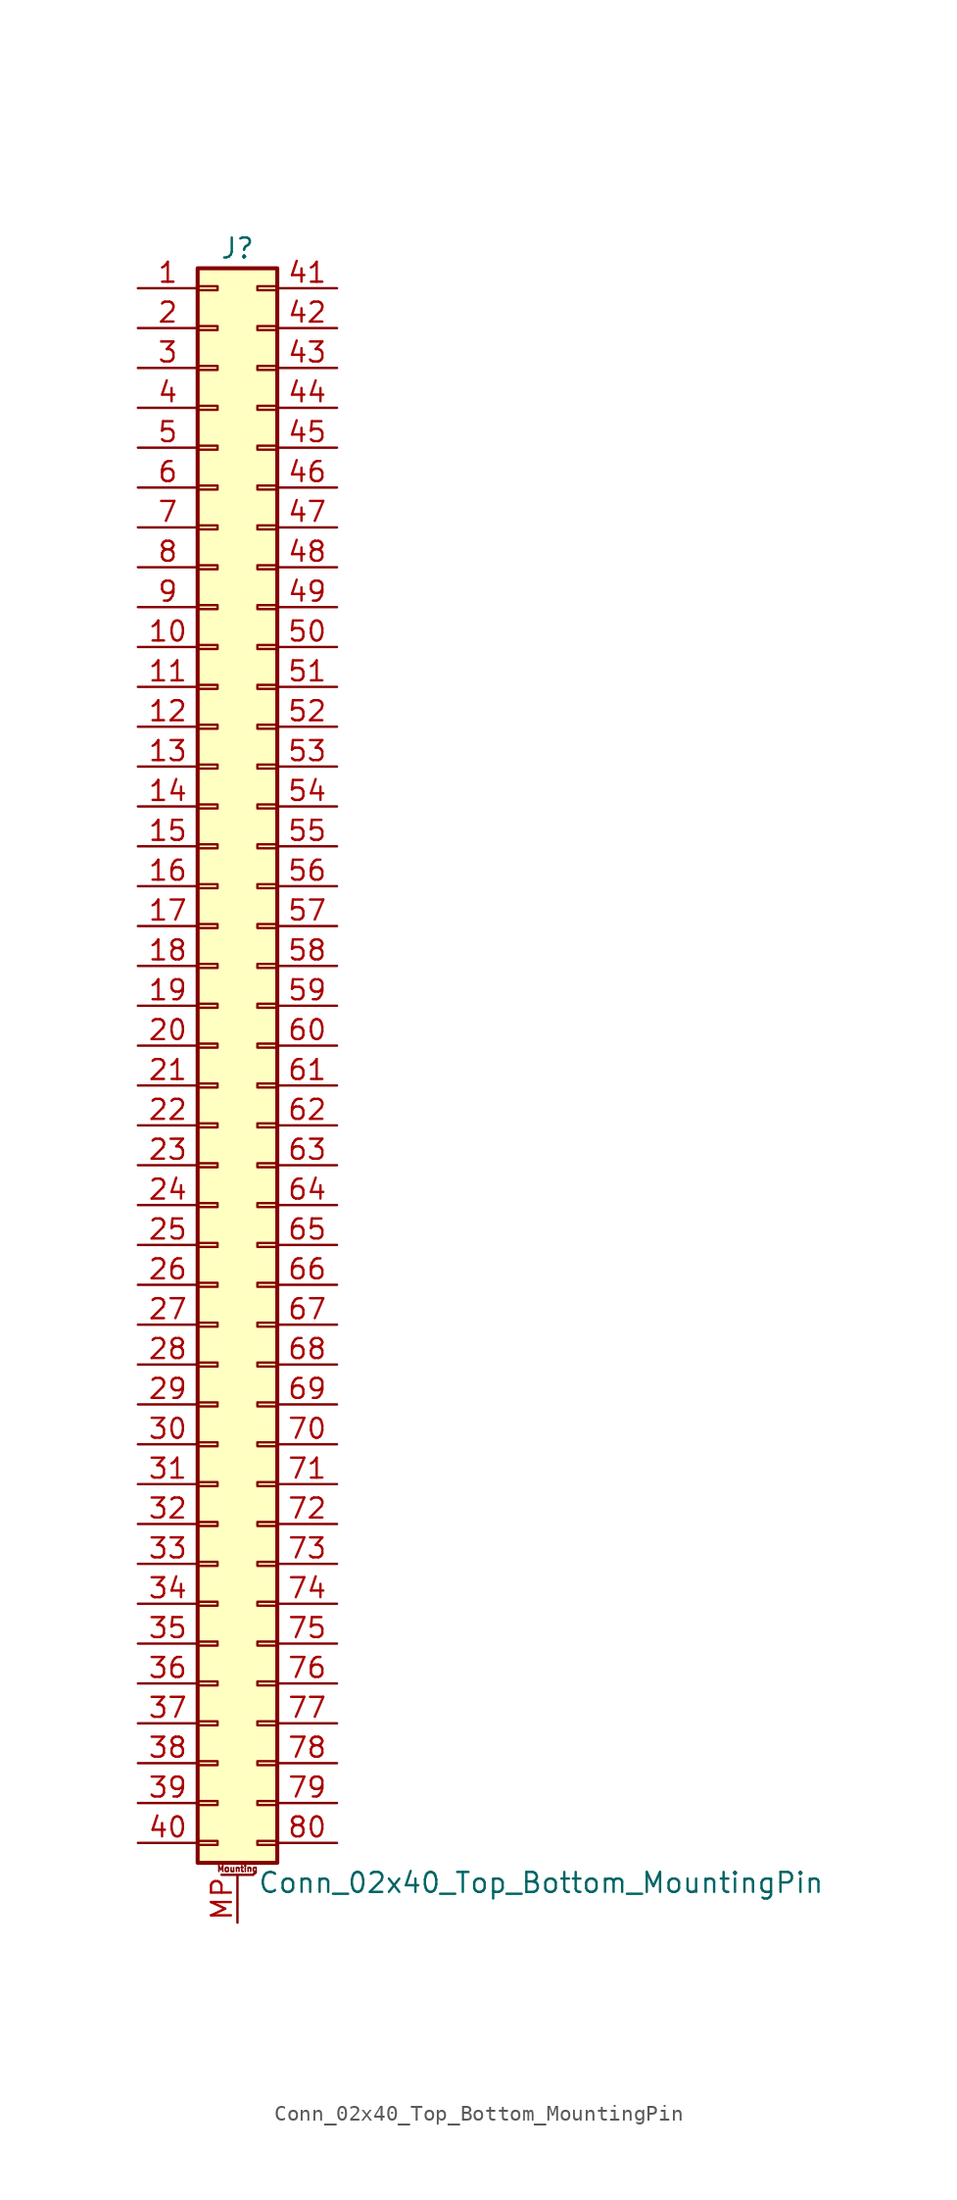
<source format=kicad_sym>
(kicad_symbol_lib
  (version 20201005)
  (generator kicad_symbol_editor)
  (symbol "Connector_Generic_MountingPin:Conn_02x40_Top_Bottom_MountingPin"
    (pin_names
      (offset 1.016) hide)
    (property "Reference" "J"
      (at 1.27 50.8 0)
      (effects (font (size 1.27 1.27))))
    (property "Value" "Conn_02x40_Top_Bottom_MountingPin"
      (at 2.54 -53.34 0)
      (effects (font (size 1.27 1.27)) (justify left)))
    (symbol "Conn_02x40_Top_Bottom_MountingPin_1_1"
      (text "Mounting" (at 1.27 -52.451 0) (effects (font (size 0.381 0.381))))
      (rectangle (start -1.27 -27.813) (end 0 -28.067) (stroke (width 0.152)) (fill (type none)))
      (rectangle (start -1.27 -30.353) (end 0 -30.607) (stroke (width 0.152)) (fill (type none)))
      (rectangle (start -1.27 -32.893) (end 0 -33.147) (stroke (width 0.152)) (fill (type none)))
      (rectangle (start -1.27 -35.433) (end 0 -35.687) (stroke (width 0.152)) (fill (type none)))
      (rectangle (start -1.27 -37.973) (end 0 -38.227) (stroke (width 0.152)) (fill (type none)))
      (rectangle (start -1.27 -40.513) (end 0 -40.767) (stroke (width 0.152)) (fill (type none)))
      (rectangle (start -1.27 -43.053) (end 0 -43.307) (stroke (width 0.152)) (fill (type none)))
      (rectangle (start -1.27 -45.593) (end 0 -45.847) (stroke (width 0.152)) (fill (type none)))
      (rectangle (start -1.27 -48.133) (end 0 -48.387) (stroke (width 0.152)) (fill (type none)))
      (rectangle (start -1.27 -4.953) (end 0 -5.207) (stroke (width 0.152)) (fill (type none)))
      (rectangle (start -1.27 -50.673) (end 0 -50.927) (stroke (width 0.152)) (fill (type none)))
      (rectangle (start -1.27 -7.493) (end 0 -7.747) (stroke (width 0.152)) (fill (type none)))
      (rectangle (start -1.27 -10.033) (end 0 -10.287) (stroke (width 0.152)) (fill (type none)))
      (rectangle (start -1.27 -12.573) (end 0 -12.827) (stroke (width 0.152)) (fill (type none)))
      (rectangle (start -1.27 -15.113) (end 0 -15.367) (stroke (width 0.152)) (fill (type none)))
      (rectangle (start -1.27 -17.653) (end 0 -17.907) (stroke (width 0.152)) (fill (type none)))
      (rectangle (start -1.27 -20.193) (end 0 -20.447) (stroke (width 0.152)) (fill (type none)))
      (rectangle (start -1.27 -22.733) (end 0 -22.987) (stroke (width 0.152)) (fill (type none)))
      (rectangle (start -1.27 -2.413) (end 0 -2.667) (stroke (width 0.152)) (fill (type none)))
      (rectangle (start -1.27 -25.273) (end 0 -25.527) (stroke (width 0.152)) (fill (type none)))
      (rectangle (start -1.27 25.527) (end 0 25.273) (stroke (width 0.152)) (fill (type none)))
      (rectangle (start -1.27 2.667) (end 0 2.413) (stroke (width 0.152)) (fill (type none)))
      (rectangle (start -1.27 28.067) (end 0 27.813) (stroke (width 0.152)) (fill (type none)))
      (rectangle (start -1.27 30.607) (end 0 30.353) (stroke (width 0.152)) (fill (type none)))
      (rectangle (start -1.27 33.147) (end 0 32.893) (stroke (width 0.152)) (fill (type none)))
      (rectangle (start -1.27 35.687) (end 0 35.433) (stroke (width 0.152)) (fill (type none)))
      (rectangle (start -1.27 38.227) (end 0 37.973) (stroke (width 0.152)) (fill (type none)))
      (rectangle (start -1.27 40.767) (end 0 40.513) (stroke (width 0.152)) (fill (type none)))
      (rectangle (start -1.27 43.307) (end 0 43.053) (stroke (width 0.152)) (fill (type none)))
      (rectangle (start -1.27 45.847) (end 0 45.593) (stroke (width 0.152)) (fill (type none)))
      (rectangle (start -1.27 48.387) (end 0 48.133) (stroke (width 0.152)) (fill (type none)))
      (rectangle (start -1.27 49.53) (end 3.81 -52.07) (stroke (width 0.254)) (fill (type background)))
      (rectangle (start -1.27 5.207) (end 0 4.953) (stroke (width 0.152)) (fill (type none)))
      (rectangle (start -1.27 7.747) (end 0 7.493) (stroke (width 0.152)) (fill (type none)))
      (rectangle (start -1.27 10.287) (end 0 10.033) (stroke (width 0.152)) (fill (type none)))
      (rectangle (start -1.27 0.127) (end 0 -0.127) (stroke (width 0.152)) (fill (type none)))
      (rectangle (start -1.27 12.827) (end 0 12.573) (stroke (width 0.152)) (fill (type none)))
      (rectangle (start -1.27 15.367) (end 0 15.113) (stroke (width 0.152)) (fill (type none)))
      (rectangle (start -1.27 17.907) (end 0 17.653) (stroke (width 0.152)) (fill (type none)))
      (rectangle (start -1.27 20.447) (end 0 20.193) (stroke (width 0.152)) (fill (type none)))
      (rectangle (start -1.27 22.987) (end 0 22.733) (stroke (width 0.152)) (fill (type none)))
      (rectangle (start 3.81 -27.813) (end 2.54 -28.067) (stroke (width 0.152)) (fill (type none)))
      (rectangle (start 3.81 -30.353) (end 2.54 -30.607) (stroke (width 0.152)) (fill (type none)))
      (rectangle (start 3.81 -32.893) (end 2.54 -33.147) (stroke (width 0.152)) (fill (type none)))
      (rectangle (start 3.81 -35.433) (end 2.54 -35.687) (stroke (width 0.152)) (fill (type none)))
      (rectangle (start 3.81 -37.973) (end 2.54 -38.227) (stroke (width 0.152)) (fill (type none)))
      (rectangle (start 3.81 -40.513) (end 2.54 -40.767) (stroke (width 0.152)) (fill (type none)))
      (rectangle (start 3.81 -43.053) (end 2.54 -43.307) (stroke (width 0.152)) (fill (type none)))
      (rectangle (start 3.81 -45.593) (end 2.54 -45.847) (stroke (width 0.152)) (fill (type none)))
      (rectangle (start 3.81 -48.133) (end 2.54 -48.387) (stroke (width 0.152)) (fill (type none)))
      (rectangle (start 3.81 -4.953) (end 2.54 -5.207) (stroke (width 0.152)) (fill (type none)))
      (rectangle (start 3.81 -50.673) (end 2.54 -50.927) (stroke (width 0.152)) (fill (type none)))
      (rectangle (start 3.81 -7.493) (end 2.54 -7.747) (stroke (width 0.152)) (fill (type none)))
      (rectangle (start 3.81 -10.033) (end 2.54 -10.287) (stroke (width 0.152)) (fill (type none)))
      (rectangle (start 3.81 -12.573) (end 2.54 -12.827) (stroke (width 0.152)) (fill (type none)))
      (rectangle (start 3.81 -15.113) (end 2.54 -15.367) (stroke (width 0.152)) (fill (type none)))
      (rectangle (start 3.81 -17.653) (end 2.54 -17.907) (stroke (width 0.152)) (fill (type none)))
      (rectangle (start 3.81 -20.193) (end 2.54 -20.447) (stroke (width 0.152)) (fill (type none)))
      (rectangle (start 3.81 -22.733) (end 2.54 -22.987) (stroke (width 0.152)) (fill (type none)))
      (rectangle (start 3.81 -2.413) (end 2.54 -2.667) (stroke (width 0.152)) (fill (type none)))
      (rectangle (start 3.81 -25.273) (end 2.54 -25.527) (stroke (width 0.152)) (fill (type none)))
      (rectangle (start 3.81 25.527) (end 2.54 25.273) (stroke (width 0.152)) (fill (type none)))
      (rectangle (start 3.81 2.667) (end 2.54 2.413) (stroke (width 0.152)) (fill (type none)))
      (rectangle (start 3.81 28.067) (end 2.54 27.813) (stroke (width 0.152)) (fill (type none)))
      (rectangle (start 3.81 30.607) (end 2.54 30.353) (stroke (width 0.152)) (fill (type none)))
      (rectangle (start 3.81 33.147) (end 2.54 32.893) (stroke (width 0.152)) (fill (type none)))
      (rectangle (start 3.81 35.687) (end 2.54 35.433) (stroke (width 0.152)) (fill (type none)))
      (rectangle (start 3.81 38.227) (end 2.54 37.973) (stroke (width 0.152)) (fill (type none)))
      (rectangle (start 3.81 40.767) (end 2.54 40.513) (stroke (width 0.152)) (fill (type none)))
      (rectangle (start 3.81 43.307) (end 2.54 43.053) (stroke (width 0.152)) (fill (type none)))
      (rectangle (start 3.81 45.847) (end 2.54 45.593) (stroke (width 0.152)) (fill (type none)))
      (rectangle (start 3.81 48.387) (end 2.54 48.133) (stroke (width 0.152)) (fill (type none)))
      (rectangle (start 3.81 5.207) (end 2.54 4.953) (stroke (width 0.152)) (fill (type none)))
      (rectangle (start 3.81 7.747) (end 2.54 7.493) (stroke (width 0.152)) (fill (type none)))
      (rectangle (start 3.81 10.287) (end 2.54 10.033) (stroke (width 0.152)) (fill (type none)))
      (rectangle (start 3.81 0.127) (end 2.54 -0.127) (stroke (width 0.152)) (fill (type none)))
      (rectangle (start 3.81 12.827) (end 2.54 12.573) (stroke (width 0.152)) (fill (type none)))
      (rectangle (start 3.81 15.367) (end 2.54 15.113) (stroke (width 0.152)) (fill (type none)))
      (rectangle (start 3.81 17.907) (end 2.54 17.653) (stroke (width 0.152)) (fill (type none)))
      (rectangle (start 3.81 20.447) (end 2.54 20.193) (stroke (width 0.152)) (fill (type none)))
      (rectangle (start 3.81 22.987) (end 2.54 22.733) (stroke (width 0.152)) (fill (type none)))
      (polyline (pts (xy 0.254 -52.832) (xy 2.286 -52.832)) (stroke (width 0.152)) (fill (type none)))
      (pin passive line (at 1.27 -55.88 90) (length 3.048) (name "MountPin" (effects (font (size 1.27 1.27)))) (number "MP" (effects (font (size 1.27 1.27)))))
      (pin passive line (at -5.08 48.26 0) (length 3.81) (name "Pin_1" (effects (font (size 1.27 1.27)))) (number "1" (effects (font (size 1.27 1.27)))))
      (pin passive line (at -5.08 25.4 0) (length 3.81) (name "Pin_10" (effects (font (size 1.27 1.27)))) (number "10" (effects (font (size 1.27 1.27)))))
      (pin passive line (at -5.08 22.86 0) (length 3.81) (name "Pin_11" (effects (font (size 1.27 1.27)))) (number "11" (effects (font (size 1.27 1.27)))))
      (pin passive line (at -5.08 20.32 0) (length 3.81) (name "Pin_12" (effects (font (size 1.27 1.27)))) (number "12" (effects (font (size 1.27 1.27)))))
      (pin passive line (at -5.08 17.78 0) (length 3.81) (name "Pin_13" (effects (font (size 1.27 1.27)))) (number "13" (effects (font (size 1.27 1.27)))))
      (pin passive line (at -5.08 15.24 0) (length 3.81) (name "Pin_14" (effects (font (size 1.27 1.27)))) (number "14" (effects (font (size 1.27 1.27)))))
      (pin passive line (at -5.08 12.7 0) (length 3.81) (name "Pin_15" (effects (font (size 1.27 1.27)))) (number "15" (effects (font (size 1.27 1.27)))))
      (pin passive line (at -5.08 10.16 0) (length 3.81) (name "Pin_16" (effects (font (size 1.27 1.27)))) (number "16" (effects (font (size 1.27 1.27)))))
      (pin passive line (at -5.08 7.62 0) (length 3.81) (name "Pin_17" (effects (font (size 1.27 1.27)))) (number "17" (effects (font (size 1.27 1.27)))))
      (pin passive line (at -5.08 5.08 0) (length 3.81) (name "Pin_18" (effects (font (size 1.27 1.27)))) (number "18" (effects (font (size 1.27 1.27)))))
      (pin passive line (at -5.08 2.54 0) (length 3.81) (name "Pin_19" (effects (font (size 1.27 1.27)))) (number "19" (effects (font (size 1.27 1.27)))))
      (pin passive line (at -5.08 45.72 0) (length 3.81) (name "Pin_2" (effects (font (size 1.27 1.27)))) (number "2" (effects (font (size 1.27 1.27)))))
      (pin passive line (at -5.08 0 0) (length 3.81) (name "Pin_20" (effects (font (size 1.27 1.27)))) (number "20" (effects (font (size 1.27 1.27)))))
      (pin passive line (at -5.08 -2.54 0) (length 3.81) (name "Pin_21" (effects (font (size 1.27 1.27)))) (number "21" (effects (font (size 1.27 1.27)))))
      (pin passive line (at -5.08 -5.08 0) (length 3.81) (name "Pin_22" (effects (font (size 1.27 1.27)))) (number "22" (effects (font (size 1.27 1.27)))))
      (pin passive line (at -5.08 -7.62 0) (length 3.81) (name "Pin_23" (effects (font (size 1.27 1.27)))) (number "23" (effects (font (size 1.27 1.27)))))
      (pin passive line (at -5.08 -10.16 0) (length 3.81) (name "Pin_24" (effects (font (size 1.27 1.27)))) (number "24" (effects (font (size 1.27 1.27)))))
      (pin passive line (at -5.08 -12.7 0) (length 3.81) (name "Pin_25" (effects (font (size 1.27 1.27)))) (number "25" (effects (font (size 1.27 1.27)))))
      (pin passive line (at -5.08 -15.24 0) (length 3.81) (name "Pin_26" (effects (font (size 1.27 1.27)))) (number "26" (effects (font (size 1.27 1.27)))))
      (pin passive line (at -5.08 -17.78 0) (length 3.81) (name "Pin_27" (effects (font (size 1.27 1.27)))) (number "27" (effects (font (size 1.27 1.27)))))
      (pin passive line (at -5.08 -20.32 0) (length 3.81) (name "Pin_28" (effects (font (size 1.27 1.27)))) (number "28" (effects (font (size 1.27 1.27)))))
      (pin passive line (at -5.08 -22.86 0) (length 3.81) (name "Pin_29" (effects (font (size 1.27 1.27)))) (number "29" (effects (font (size 1.27 1.27)))))
      (pin passive line (at -5.08 43.18 0) (length 3.81) (name "Pin_3" (effects (font (size 1.27 1.27)))) (number "3" (effects (font (size 1.27 1.27)))))
      (pin passive line (at -5.08 -25.4 0) (length 3.81) (name "Pin_30" (effects (font (size 1.27 1.27)))) (number "30" (effects (font (size 1.27 1.27)))))
      (pin passive line (at -5.08 -27.94 0) (length 3.81) (name "Pin_31" (effects (font (size 1.27 1.27)))) (number "31" (effects (font (size 1.27 1.27)))))
      (pin passive line (at -5.08 -30.48 0) (length 3.81) (name "Pin_32" (effects (font (size 1.27 1.27)))) (number "32" (effects (font (size 1.27 1.27)))))
      (pin passive line (at -5.08 -33.02 0) (length 3.81) (name "Pin_33" (effects (font (size 1.27 1.27)))) (number "33" (effects (font (size 1.27 1.27)))))
      (pin passive line (at -5.08 -35.56 0) (length 3.81) (name "Pin_34" (effects (font (size 1.27 1.27)))) (number "34" (effects (font (size 1.27 1.27)))))
      (pin passive line (at -5.08 -38.1 0) (length 3.81) (name "Pin_35" (effects (font (size 1.27 1.27)))) (number "35" (effects (font (size 1.27 1.27)))))
      (pin passive line (at -5.08 -40.64 0) (length 3.81) (name "Pin_36" (effects (font (size 1.27 1.27)))) (number "36" (effects (font (size 1.27 1.27)))))
      (pin passive line (at -5.08 -43.18 0) (length 3.81) (name "Pin_37" (effects (font (size 1.27 1.27)))) (number "37" (effects (font (size 1.27 1.27)))))
      (pin passive line (at -5.08 -45.72 0) (length 3.81) (name "Pin_38" (effects (font (size 1.27 1.27)))) (number "38" (effects (font (size 1.27 1.27)))))
      (pin passive line (at -5.08 -48.26 0) (length 3.81) (name "Pin_39" (effects (font (size 1.27 1.27)))) (number "39" (effects (font (size 1.27 1.27)))))
      (pin passive line (at -5.08 40.64 0) (length 3.81) (name "Pin_4" (effects (font (size 1.27 1.27)))) (number "4" (effects (font (size 1.27 1.27)))))
      (pin passive line (at -5.08 -50.8 0) (length 3.81) (name "Pin_40" (effects (font (size 1.27 1.27)))) (number "40" (effects (font (size 1.27 1.27)))))
      (pin passive line (at 7.62 48.26 180) (length 3.81) (name "Pin_41" (effects (font (size 1.27 1.27)))) (number "41" (effects (font (size 1.27 1.27)))))
      (pin passive line (at 7.62 45.72 180) (length 3.81) (name "Pin_42" (effects (font (size 1.27 1.27)))) (number "42" (effects (font (size 1.27 1.27)))))
      (pin passive line (at 7.62 43.18 180) (length 3.81) (name "Pin_43" (effects (font (size 1.27 1.27)))) (number "43" (effects (font (size 1.27 1.27)))))
      (pin passive line (at 7.62 40.64 180) (length 3.81) (name "Pin_44" (effects (font (size 1.27 1.27)))) (number "44" (effects (font (size 1.27 1.27)))))
      (pin passive line (at 7.62 38.1 180) (length 3.81) (name "Pin_45" (effects (font (size 1.27 1.27)))) (number "45" (effects (font (size 1.27 1.27)))))
      (pin passive line (at 7.62 35.56 180) (length 3.81) (name "Pin_46" (effects (font (size 1.27 1.27)))) (number "46" (effects (font (size 1.27 1.27)))))
      (pin passive line (at 7.62 33.02 180) (length 3.81) (name "Pin_47" (effects (font (size 1.27 1.27)))) (number "47" (effects (font (size 1.27 1.27)))))
      (pin passive line (at 7.62 30.48 180) (length 3.81) (name "Pin_48" (effects (font (size 1.27 1.27)))) (number "48" (effects (font (size 1.27 1.27)))))
      (pin passive line (at 7.62 27.94 180) (length 3.81) (name "Pin_49" (effects (font (size 1.27 1.27)))) (number "49" (effects (font (size 1.27 1.27)))))
      (pin passive line (at -5.08 38.1 0) (length 3.81) (name "Pin_5" (effects (font (size 1.27 1.27)))) (number "5" (effects (font (size 1.27 1.27)))))
      (pin passive line (at 7.62 25.4 180) (length 3.81) (name "Pin_50" (effects (font (size 1.27 1.27)))) (number "50" (effects (font (size 1.27 1.27)))))
      (pin passive line (at 7.62 22.86 180) (length 3.81) (name "Pin_51" (effects (font (size 1.27 1.27)))) (number "51" (effects (font (size 1.27 1.27)))))
      (pin passive line (at 7.62 20.32 180) (length 3.81) (name "Pin_52" (effects (font (size 1.27 1.27)))) (number "52" (effects (font (size 1.27 1.27)))))
      (pin passive line (at 7.62 17.78 180) (length 3.81) (name "Pin_53" (effects (font (size 1.27 1.27)))) (number "53" (effects (font (size 1.27 1.27)))))
      (pin passive line (at 7.62 15.24 180) (length 3.81) (name "Pin_54" (effects (font (size 1.27 1.27)))) (number "54" (effects (font (size 1.27 1.27)))))
      (pin passive line (at 7.62 12.7 180) (length 3.81) (name "Pin_55" (effects (font (size 1.27 1.27)))) (number "55" (effects (font (size 1.27 1.27)))))
      (pin passive line (at 7.62 10.16 180) (length 3.81) (name "Pin_56" (effects (font (size 1.27 1.27)))) (number "56" (effects (font (size 1.27 1.27)))))
      (pin passive line (at 7.62 7.62 180) (length 3.81) (name "Pin_57" (effects (font (size 1.27 1.27)))) (number "57" (effects (font (size 1.27 1.27)))))
      (pin passive line (at 7.62 5.08 180) (length 3.81) (name "Pin_58" (effects (font (size 1.27 1.27)))) (number "58" (effects (font (size 1.27 1.27)))))
      (pin passive line (at 7.62 2.54 180) (length 3.81) (name "Pin_59" (effects (font (size 1.27 1.27)))) (number "59" (effects (font (size 1.27 1.27)))))
      (pin passive line (at -5.08 35.56 0) (length 3.81) (name "Pin_6" (effects (font (size 1.27 1.27)))) (number "6" (effects (font (size 1.27 1.27)))))
      (pin passive line (at 7.62 0 180) (length 3.81) (name "Pin_60" (effects (font (size 1.27 1.27)))) (number "60" (effects (font (size 1.27 1.27)))))
      (pin passive line (at 7.62 -2.54 180) (length 3.81) (name "Pin_61" (effects (font (size 1.27 1.27)))) (number "61" (effects (font (size 1.27 1.27)))))
      (pin passive line (at 7.62 -5.08 180) (length 3.81) (name "Pin_62" (effects (font (size 1.27 1.27)))) (number "62" (effects (font (size 1.27 1.27)))))
      (pin passive line (at 7.62 -7.62 180) (length 3.81) (name "Pin_63" (effects (font (size 1.27 1.27)))) (number "63" (effects (font (size 1.27 1.27)))))
      (pin passive line (at 7.62 -10.16 180) (length 3.81) (name "Pin_64" (effects (font (size 1.27 1.27)))) (number "64" (effects (font (size 1.27 1.27)))))
      (pin passive line (at 7.62 -12.7 180) (length 3.81) (name "Pin_65" (effects (font (size 1.27 1.27)))) (number "65" (effects (font (size 1.27 1.27)))))
      (pin passive line (at 7.62 -15.24 180) (length 3.81) (name "Pin_66" (effects (font (size 1.27 1.27)))) (number "66" (effects (font (size 1.27 1.27)))))
      (pin passive line (at 7.62 -17.78 180) (length 3.81) (name "Pin_67" (effects (font (size 1.27 1.27)))) (number "67" (effects (font (size 1.27 1.27)))))
      (pin passive line (at 7.62 -20.32 180) (length 3.81) (name "Pin_68" (effects (font (size 1.27 1.27)))) (number "68" (effects (font (size 1.27 1.27)))))
      (pin passive line (at 7.62 -22.86 180) (length 3.81) (name "Pin_69" (effects (font (size 1.27 1.27)))) (number "69" (effects (font (size 1.27 1.27)))))
      (pin passive line (at -5.08 33.02 0) (length 3.81) (name "Pin_7" (effects (font (size 1.27 1.27)))) (number "7" (effects (font (size 1.27 1.27)))))
      (pin passive line (at 7.62 -25.4 180) (length 3.81) (name "Pin_70" (effects (font (size 1.27 1.27)))) (number "70" (effects (font (size 1.27 1.27)))))
      (pin passive line (at 7.62 -27.94 180) (length 3.81) (name "Pin_71" (effects (font (size 1.27 1.27)))) (number "71" (effects (font (size 1.27 1.27)))))
      (pin passive line (at 7.62 -30.48 180) (length 3.81) (name "Pin_72" (effects (font (size 1.27 1.27)))) (number "72" (effects (font (size 1.27 1.27)))))
      (pin passive line (at 7.62 -33.02 180) (length 3.81) (name "Pin_73" (effects (font (size 1.27 1.27)))) (number "73" (effects (font (size 1.27 1.27)))))
      (pin passive line (at 7.62 -35.56 180) (length 3.81) (name "Pin_74" (effects (font (size 1.27 1.27)))) (number "74" (effects (font (size 1.27 1.27)))))
      (pin passive line (at 7.62 -38.1 180) (length 3.81) (name "Pin_75" (effects (font (size 1.27 1.27)))) (number "75" (effects (font (size 1.27 1.27)))))
      (pin passive line (at 7.62 -40.64 180) (length 3.81) (name "Pin_76" (effects (font (size 1.27 1.27)))) (number "76" (effects (font (size 1.27 1.27)))))
      (pin passive line (at 7.62 -43.18 180) (length 3.81) (name "Pin_77" (effects (font (size 1.27 1.27)))) (number "77" (effects (font (size 1.27 1.27)))))
      (pin passive line (at 7.62 -45.72 180) (length 3.81) (name "Pin_78" (effects (font (size 1.27 1.27)))) (number "78" (effects (font (size 1.27 1.27)))))
      (pin passive line (at 7.62 -48.26 180) (length 3.81) (name "Pin_79" (effects (font (size 1.27 1.27)))) (number "79" (effects (font (size 1.27 1.27)))))
      (pin passive line (at -5.08 30.48 0) (length 3.81) (name "Pin_8" (effects (font (size 1.27 1.27)))) (number "8" (effects (font (size 1.27 1.27)))))
      (pin passive line (at 7.62 -50.8 180) (length 3.81) (name "Pin_80" (effects (font (size 1.27 1.27)))) (number "80" (effects (font (size 1.27 1.27)))))
      (pin passive line (at -5.08 27.94 0) (length 3.81) (name "Pin_9" (effects (font (size 1.27 1.27)))) (number "9" (effects (font (size 1.27 1.27))))))))
</source>
